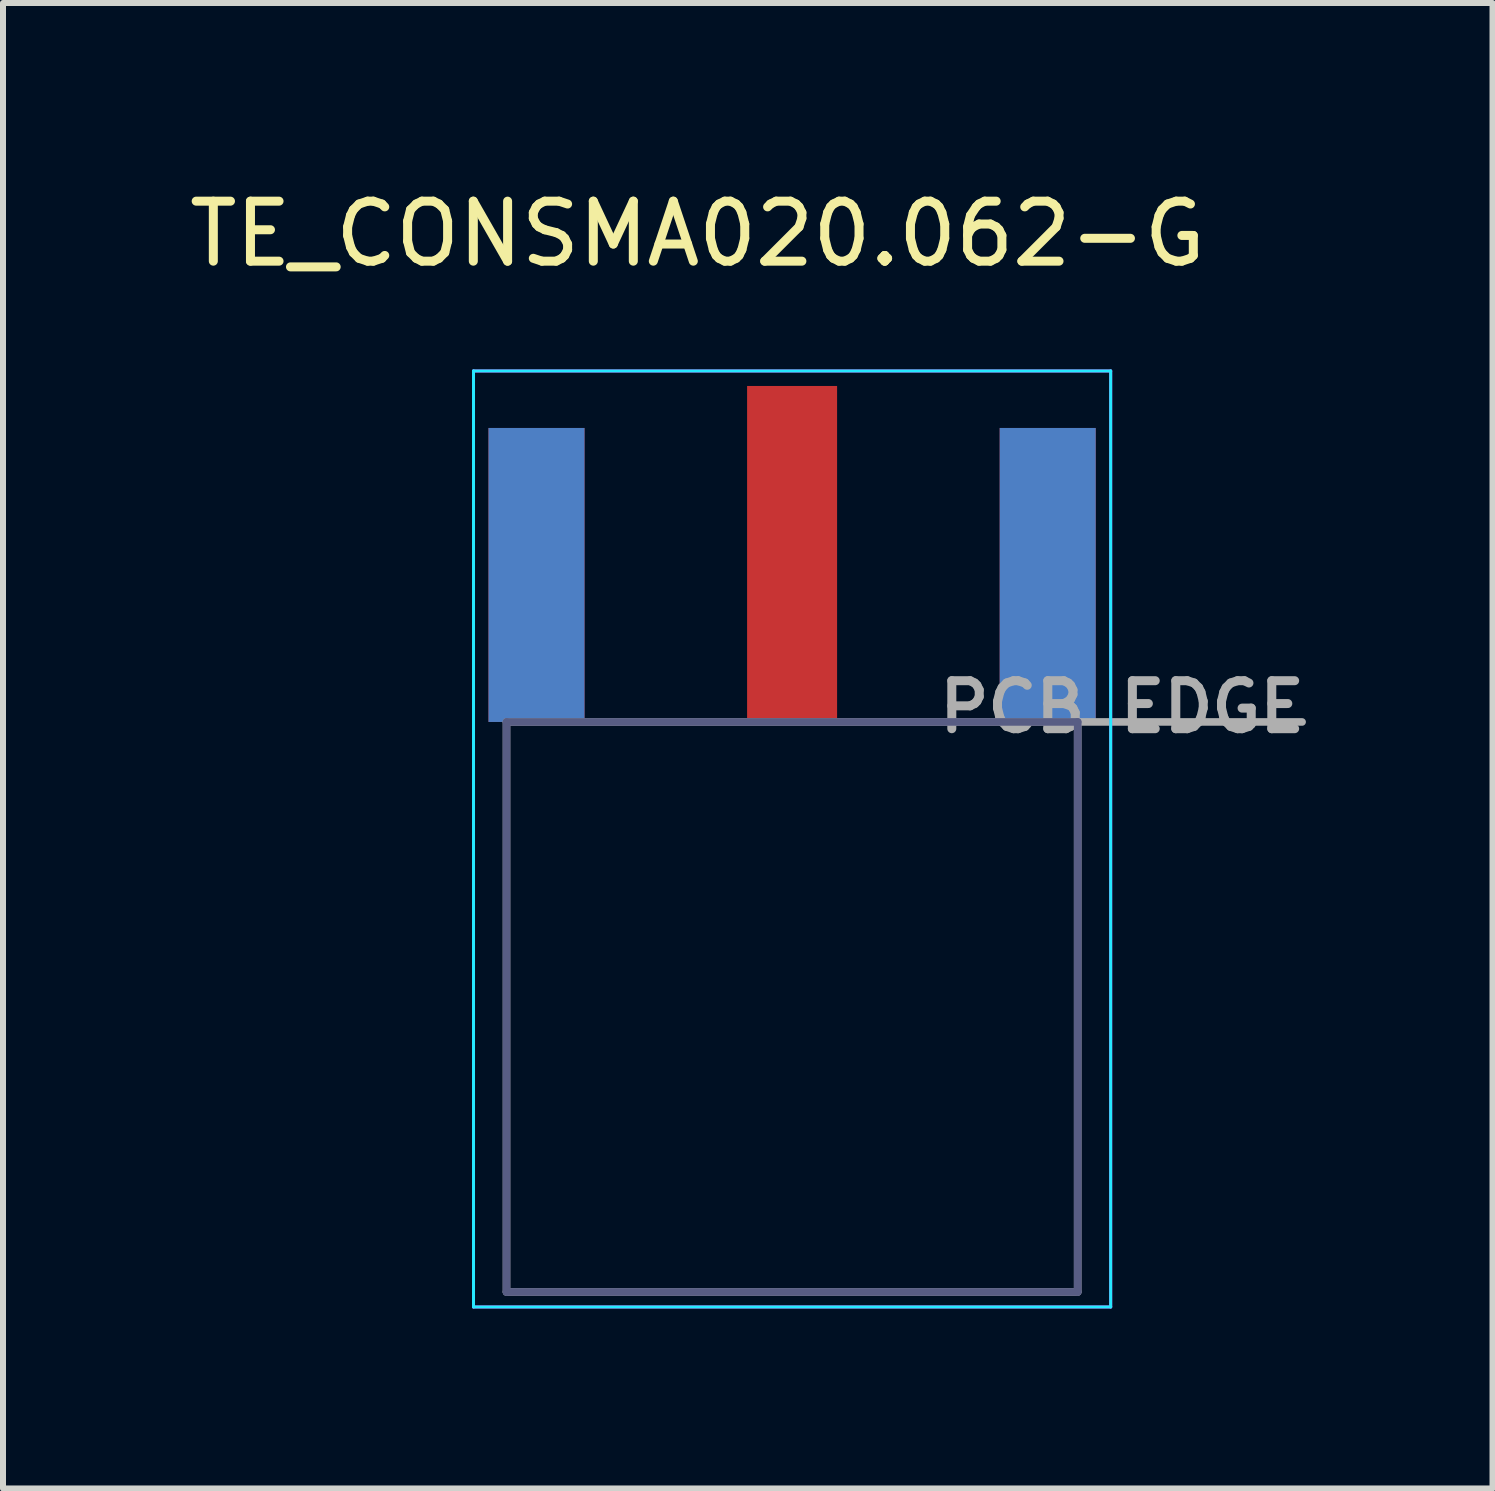
<source format=kicad_pcb>
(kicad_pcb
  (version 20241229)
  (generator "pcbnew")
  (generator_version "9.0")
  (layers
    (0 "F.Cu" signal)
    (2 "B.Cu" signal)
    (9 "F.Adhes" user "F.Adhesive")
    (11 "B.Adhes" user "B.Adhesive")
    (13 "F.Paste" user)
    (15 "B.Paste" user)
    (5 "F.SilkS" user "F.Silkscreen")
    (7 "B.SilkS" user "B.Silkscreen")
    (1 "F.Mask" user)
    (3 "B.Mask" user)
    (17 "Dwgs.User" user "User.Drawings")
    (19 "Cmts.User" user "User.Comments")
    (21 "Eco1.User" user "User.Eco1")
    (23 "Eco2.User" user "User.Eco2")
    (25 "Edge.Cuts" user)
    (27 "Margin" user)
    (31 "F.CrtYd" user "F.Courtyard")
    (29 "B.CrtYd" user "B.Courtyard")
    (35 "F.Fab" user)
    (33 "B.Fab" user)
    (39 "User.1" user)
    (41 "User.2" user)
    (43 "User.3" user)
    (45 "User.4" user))
  (footprint "TE_CONSMA020.062-G"
    (layer "F.Cu")
    (at 10.152 8.983)
    (property "Reference" "TE_CONSMA020.062-G" (at -1.575 -8.135 0) (layer "F.SilkS") (effects (font (size 1 1) (thickness 0.15))))
    (attr smd)
    (fp_line (start -5.31 -5.85) (end 5.31 -5.85) (stroke (width 0.05) (type solid)) (layer "B.CrtYd"))
    (fp_line (start -5.31 9.75) (end -5.31 -5.85) (stroke (width 0.05) (type solid)) (layer "B.CrtYd"))
    (fp_line (start 5.31 -5.85) (end 5.31 9.75) (stroke (width 0.05) (type solid)) (layer "B.CrtYd"))
    (fp_line (start 5.31 9.75) (end -5.31 9.75) (stroke (width 0.05) (type solid)) (layer "B.CrtYd"))
    (fp_line (start -5.31 -5.85) (end 5.31 -5.85) (stroke (width 0.05) (type solid)) (layer "F.CrtYd"))
    (fp_line (start -5.31 9.75) (end -5.31 -5.85) (stroke (width 0.05) (type solid)) (layer "F.CrtYd"))
    (fp_line (start 5.31 -5.85) (end 5.31 9.75) (stroke (width 0.05) (type solid)) (layer "F.CrtYd"))
    (fp_line (start 5.31 9.75) (end -5.31 9.75) (stroke (width 0.05) (type solid)) (layer "F.CrtYd"))
    (fp_line (start -4.76 0) (end 4.76 0) (stroke (width 0.127) (type solid)) (layer "B.Fab"))
    (fp_line (start -4.76 9.5) (end -4.76 0) (stroke (width 0.127) (type solid)) (layer "B.Fab"))
    (fp_line (start 4.76 0) (end 4.76 9.5) (stroke (width 0.127) (type solid)) (layer "B.Fab"))
    (fp_line (start 4.76 9.5) (end -4.76 9.5) (stroke (width 0.127) (type solid)) (layer "B.Fab"))
    (fp_line (start -4.76 0) (end 4.76 0) (stroke (width 0.127) (type solid)) (layer "F.Fab"))
    (fp_line (start -4.76 9.5) (end -4.76 0) (stroke (width 0.127) (type solid)) (layer "F.Fab"))
    (fp_line (start 4.76 0) (end 4.76 9.5) (stroke (width 0.127) (type solid)) (layer "F.Fab"))
    (fp_line (start 4.76 0) (end 8.5 0) (stroke (width 0.127) (type solid)) (layer "F.Fab"))
    (fp_line (start 4.76 9.5) (end -4.76 9.5) (stroke (width 0.127) (type solid)) (layer "F.Fab"))
    (fp_text user "PCB EDGE" (at 5.5 -0.25 0) (layer "F.Fab") (effects (font (size 0.8 0.8) (thickness 0.15))))
    (pad "1" smd rect (at 0 -2.8) (size 1.5 5.6) (layers "F.Cu" "F.Mask" "F.Paste"))
    (pad "G1" smd rect (at -4.26 -2.45) (size 1.6 4.9) (layers "F.Cu" "F.Mask" "F.Paste"))
    (pad "G2" smd rect (at 4.26 -2.45) (size 1.6 4.9) (layers "F.Cu" "F.Mask" "F.Paste"))
    (pad "G3" smd rect (at 4.26 -2.45) (size 1.6 4.9) (layers "B.Cu" "B.Mask" "B.Paste"))
    (pad "G4" smd rect (at -4.26 -2.45) (size 1.6 4.9) (layers "B.Cu" "B.Mask" "B.Paste")))
  (gr_rect
    (start -3 -3)
    (end 21.826 21.758)
    (stroke (width 0.1) (type default))
    (fill no)
    (layer "Edge.Cuts")))
</source>
